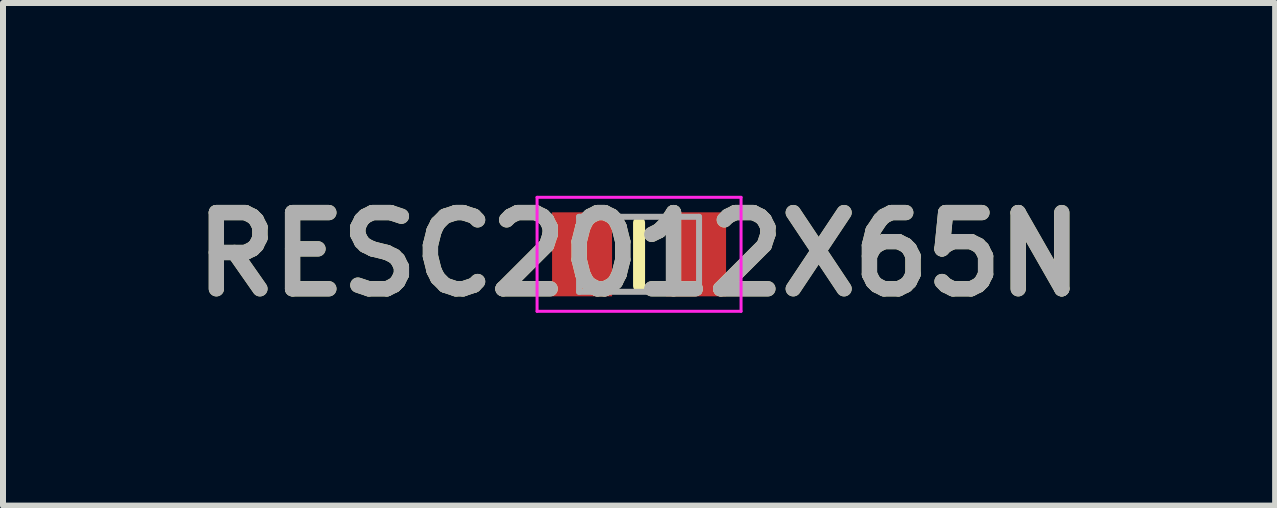
<source format=kicad_pcb>
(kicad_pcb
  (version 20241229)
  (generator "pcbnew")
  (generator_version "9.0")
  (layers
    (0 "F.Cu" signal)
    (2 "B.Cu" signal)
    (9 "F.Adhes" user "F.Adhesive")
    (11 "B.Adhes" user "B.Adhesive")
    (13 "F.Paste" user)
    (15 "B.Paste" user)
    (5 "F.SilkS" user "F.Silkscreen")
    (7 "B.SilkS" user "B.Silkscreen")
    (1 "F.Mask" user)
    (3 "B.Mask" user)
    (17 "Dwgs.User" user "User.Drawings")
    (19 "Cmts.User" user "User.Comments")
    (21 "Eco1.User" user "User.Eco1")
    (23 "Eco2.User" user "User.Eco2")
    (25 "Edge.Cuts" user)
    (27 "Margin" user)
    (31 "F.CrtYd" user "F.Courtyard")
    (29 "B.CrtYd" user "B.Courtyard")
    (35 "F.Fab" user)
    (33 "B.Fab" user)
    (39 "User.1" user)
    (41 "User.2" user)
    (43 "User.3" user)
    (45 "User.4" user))
  (footprint "RESC2012X65N"
    (layer "F.Cu")
    (at 7.602 1.189)
    (property "Reference" "RESC2012X65N" (at 0 0 0) (layer "F.SilkS") (effects (font (size 1.27 1.27) (thickness 0.254))))
    (attr smd)
    (fp_line (start 0 -0.525) (end 0 0.525) (stroke (width 0.2) (type solid)) (layer "F.SilkS"))
    (fp_line (start -1.7 -0.95) (end 1.7 -0.95) (stroke (width 0.05) (type solid)) (layer "F.CrtYd"))
    (fp_line (start -1.7 0.95) (end -1.7 -0.95) (stroke (width 0.05) (type solid)) (layer "F.CrtYd"))
    (fp_line (start 1.7 -0.95) (end 1.7 0.95) (stroke (width 0.05) (type solid)) (layer "F.CrtYd"))
    (fp_line (start 1.7 0.95) (end -1.7 0.95) (stroke (width 0.05) (type solid)) (layer "F.CrtYd"))
    (fp_line (start -1 -0.625) (end 1 -0.625) (stroke (width 0.1) (type solid)) (layer "F.Fab"))
    (fp_line (start -1 0.625) (end -1 -0.625) (stroke (width 0.1) (type solid)) (layer "F.Fab"))
    (fp_line (start 1 -0.625) (end 1 0.625) (stroke (width 0.1) (type solid)) (layer "F.Fab"))
    (fp_line (start 1 0.625) (end -1 0.625) (stroke (width 0.1) (type solid)) (layer "F.Fab"))
    (fp_text user "${REFERENCE}" (at 0 0 0) (layer "F.Fab") (effects (font (size 1.27 1.27) (thickness 0.254))))
    (pad "1" smd rect (at -0.95 0) (size 1 1.4) (layers "F.Cu" "F.Mask" "F.Paste"))
    (pad "2" smd rect (at 0.95 0) (size 1 1.4) (layers "F.Cu" "F.Mask" "F.Paste")))
  (gr_rect
    (start -3 -3)
    (end 18.204 5.377)
    (stroke (width 0.1) (type default))
    (fill no)
    (layer "Edge.Cuts")))
</source>
